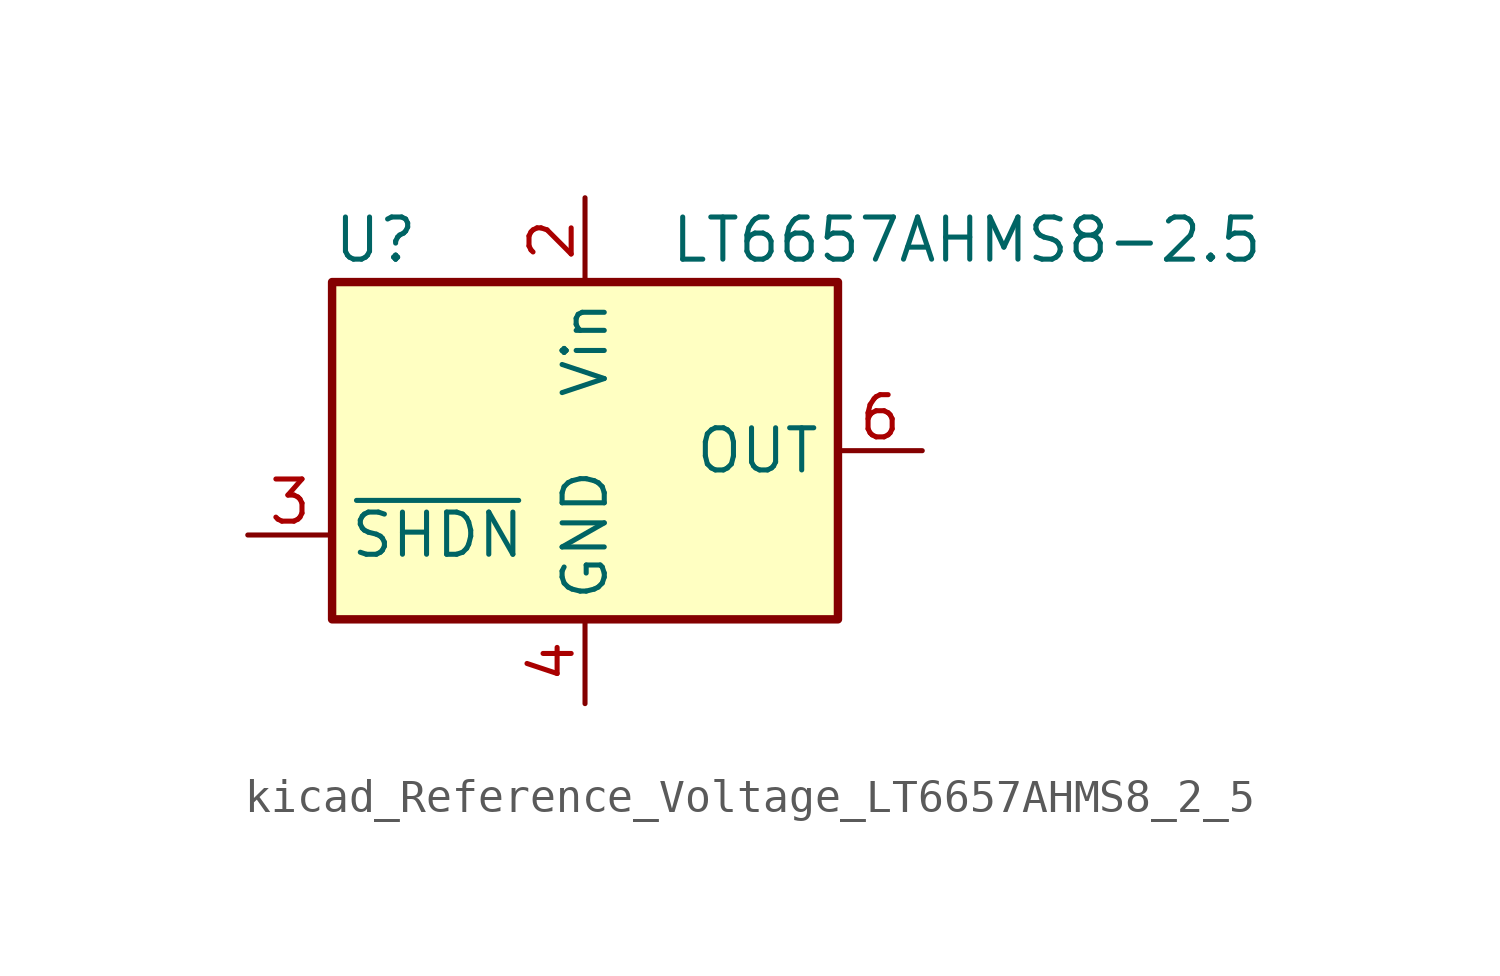
<source format=kicad_sym>
(kicad_symbol_lib
  (version 20220914)
  (generator kicad_symbol_editor)
  (symbol "kicad_Reference_Voltage_LT6657AHMS8_2_5"
    (property "Reference" "U"
      (at -7.62 6.35 0)
      (effects (font (size 1.27 1.27)) (justify left)))
    (property "Value" "LT6657AHMS8-2.5"
      (at 2.54 6.35 0)
      (effects (font (size 1.27 1.27)) (justify left)))
    (symbol "kicad_Reference_Voltage_LT6657AHMS8_2_5_0_1"
      (rectangle (start -7.62 5.08) (end 7.62 -5.08) (stroke (width 0.254) (type default)) (fill (type background))))
    (symbol "kicad_Reference_Voltage_LT6657AHMS8_2_5_1_1"
      (pin no_connect line (at 7.62 -2.54 180) (length 2.54) hide (name "DNC" (effects (font (size 1.27 1.27)))) (number "1" (effects (font (size 1.27 1.27)))))
      (pin power_in line (at 0 7.62 270) (length 2.54) (name "Vin" (effects (font (size 1.27 1.27)))) (number "2" (effects (font (size 1.27 1.27)))))
      (pin input line (at -10.16 -2.54 0) (length 2.54) (name "~{SHDN}" (effects (font (size 1.27 1.27)))) (number "3" (effects (font (size 1.27 1.27)))))
      (pin power_in line (at 0 -7.62 90) (length 2.54) (name "GND" (effects (font (size 1.27 1.27)))) (number "4" (effects (font (size 1.27 1.27)))))
      (pin no_connect line (at -7.62 0 0) (length 2.54) hide (name "DNC" (effects (font (size 1.27 1.27)))) (number "5" (effects (font (size 1.27 1.27)))))
      (pin power_out line (at 10.16 0 180) (length 2.54) (name "OUT" (effects (font (size 1.27 1.27)))) (number "6" (effects (font (size 1.27 1.27)))))
      (pin no_connect line (at -7.62 2.54 0) (length 2.54) hide (name "DNC" (effects (font (size 1.27 1.27)))) (number "7" (effects (font (size 1.27 1.27)))))
      (pin no_connect line (at 7.62 2.54 180) (length 2.54) hide (name "DNC" (effects (font (size 1.27 1.27)))) (number "8" (effects (font (size 1.27 1.27))))))))
</source>
